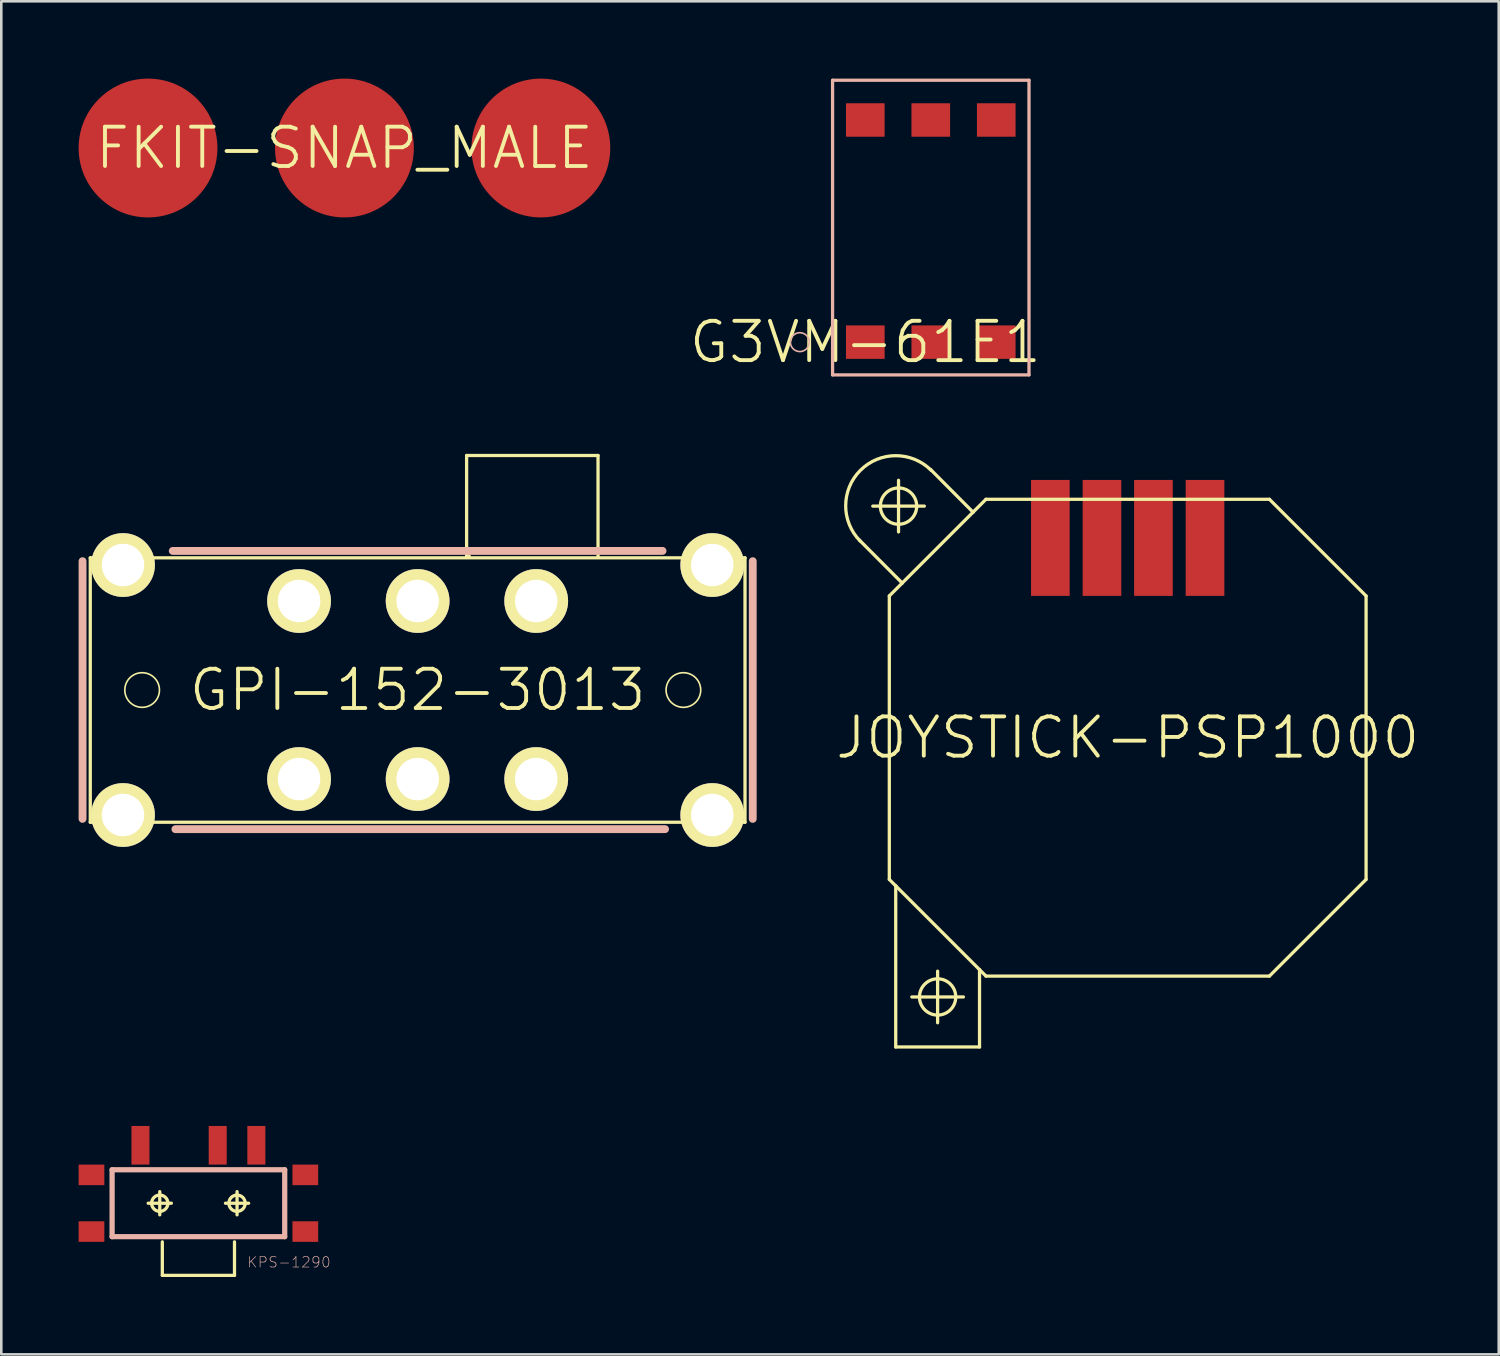
<source format=kicad_pcb>
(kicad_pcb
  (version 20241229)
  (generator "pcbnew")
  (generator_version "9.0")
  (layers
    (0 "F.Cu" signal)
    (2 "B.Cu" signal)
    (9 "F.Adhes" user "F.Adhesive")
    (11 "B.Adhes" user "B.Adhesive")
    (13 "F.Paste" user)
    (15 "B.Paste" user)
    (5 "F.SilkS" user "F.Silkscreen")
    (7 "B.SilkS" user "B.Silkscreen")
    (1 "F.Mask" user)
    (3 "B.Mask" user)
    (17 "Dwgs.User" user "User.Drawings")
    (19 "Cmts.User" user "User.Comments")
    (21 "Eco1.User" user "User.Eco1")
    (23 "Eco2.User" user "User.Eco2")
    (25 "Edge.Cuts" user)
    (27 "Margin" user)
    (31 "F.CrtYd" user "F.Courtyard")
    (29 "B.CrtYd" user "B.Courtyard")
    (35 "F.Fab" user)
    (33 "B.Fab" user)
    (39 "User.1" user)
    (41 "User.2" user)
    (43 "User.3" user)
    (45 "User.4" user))
  (footprint "JOYSTICK-PSP1000"
    (layer "F.Cu")
    (at 40.698 25.568)
    (property "Reference" "JOYSTICK-PSP1000" (at 0 0 0) (layer "F.SilkS") (effects (font (size 1.524 1.524) (thickness 0.15))))
    (attr smd)
    (fp_line (start -10.399 -7.656) (end -8.748 -5.999) (stroke (width 0.127) (type solid)) (layer "F.SilkS"))
    (fp_line (start -9.888 -8.984) (end -7.889 -8.984) (stroke (width 0.127) (type solid)) (layer "F.SilkS"))
    (fp_line (start -9.248 5.499) (end -9.248 -5.499) (stroke (width 0.127) (type solid)) (layer "F.SilkS"))
    (fp_line (start -9.248 5.499) (end -8.999 5.748) (stroke (width 0.127) (type solid)) (layer "F.SilkS"))
    (fp_line (start -8.999 5.748) (end -8.999 11.999) (stroke (width 0.127) (type solid)) (layer "F.SilkS"))
    (fp_line (start -8.999 5.748) (end -5.748 8.999) (stroke (width 0.127) (type solid)) (layer "F.SilkS"))
    (fp_line (start -8.999 11.999) (end -5.748 11.999) (stroke (width 0.127) (type solid)) (layer "F.SilkS"))
    (fp_line (start -8.89 -7.983) (end -8.89 -9.985) (stroke (width 0.127) (type solid)) (layer "F.SilkS"))
    (fp_line (start -8.748 -5.999) (end -9.248 -5.499) (stroke (width 0.127) (type solid)) (layer "F.SilkS"))
    (fp_line (start -8.374 10.058) (end -6.373 10.058) (stroke (width 0.127) (type solid)) (layer "F.SilkS"))
    (fp_line (start -7.648 -10.406) (end -5.999 -8.748) (stroke (width 0.127) (type solid)) (layer "F.SilkS"))
    (fp_line (start -7.374 11.059) (end -7.374 9.058) (stroke (width 0.127) (type solid)) (layer "F.SilkS"))
    (fp_line (start -5.999 -8.748) (end -8.748 -5.999) (stroke (width 0.127) (type solid)) (layer "F.SilkS"))
    (fp_line (start -5.748 8.999) (end -5.499 9.248) (stroke (width 0.127) (type solid)) (layer "F.SilkS"))
    (fp_line (start -5.748 11.999) (end -5.748 8.999) (stroke (width 0.127) (type solid)) (layer "F.SilkS"))
    (fp_line (start -5.499 -9.248) (end -5.999 -8.748) (stroke (width 0.127) (type solid)) (layer "F.SilkS"))
    (fp_line (start -5.499 -9.248) (end 5.499 -9.248) (stroke (width 0.127) (type solid)) (layer "F.SilkS"))
    (fp_line (start -5.499 9.248) (end 5.499 9.248) (stroke (width 0.127) (type solid)) (layer "F.SilkS"))
    (fp_line (start 5.499 -9.248) (end 9.248 -5.499) (stroke (width 0.127) (type solid)) (layer "F.SilkS"))
    (fp_line (start 9.248 5.499) (end 5.499 9.248) (stroke (width 0.127) (type solid)) (layer "F.SilkS"))
    (fp_line (start 9.248 5.499) (end 9.248 -5.499) (stroke (width 0.127) (type solid)) (layer "F.SilkS"))
    (fp_arc (start -10.37844 -7.63016) (mid -10.37844 -10.37844) (end -7.63016 -10.37844) (stroke (width 0.127) (type solid)) (layer "F.SilkS"))
    (fp_circle (center -8.89 -8.984) (end -9.388 -9.482) (stroke (width 0.127) (type solid)) (fill no) (layer "F.SilkS"))
    (fp_circle (center -7.374 10.058) (end -7.871 10.556) (stroke (width 0.127) (type solid)) (fill no) (layer "F.SilkS"))
    (pad "GND" smd rect (at -3 -7.75 90) (size 4.498 1.499) (layers "F.Cu" "F.Mask" "F.Paste"))
    (pad "VCC" smd rect (at 0.998 -7.75 90) (size 4.498 1.499) (layers "F.Cu" "F.Mask" "F.Paste"))
    (pad "X" smd rect (at 3 -7.75 90) (size 4.498 1.499) (layers "F.Cu" "F.Mask" "F.Paste"))
    (pad "Y" smd rect (at -0.998 -7.75 90) (size 4.498 1.499) (layers "F.Cu" "F.Mask" "F.Paste")))
  (footprint "GPI-152-3013"
    (layer "F.Cu")
    (at 13.152 23.719)
    (property "Reference" "GPI-152-3013" (at 0 0 0) (layer "F.SilkS") (effects (font (size 1.524 1.524) (thickness 0.15))))
    (attr exclude_from_pos_files exclude_from_bom)
    (fp_line (start -12.7 -5.128) (end -12.7 5.128) (stroke (width 0.127) (type solid)) (layer "F.SilkS"))
    (fp_line (start -12.7 5.128) (end 12.7 5.128) (stroke (width 0.127) (type solid)) (layer "F.SilkS"))
    (fp_line (start 1.9 -9.098) (end 6.998 -9.098) (stroke (width 0.127) (type solid)) (layer "F.SilkS"))
    (fp_line (start 1.9 -5.199) (end 1.9 -9.098) (stroke (width 0.127) (type solid)) (layer "F.SilkS"))
    (fp_line (start 1.999 -5.199) (end 1.9 -5.199) (stroke (width 0.127) (type solid)) (layer "F.SilkS"))
    (fp_line (start 6.998 -9.098) (end 6.998 -5.199) (stroke (width 0.127) (type solid)) (layer "F.SilkS"))
    (fp_line (start 12.7 -5.128) (end -12.7 -5.128) (stroke (width 0.127) (type solid)) (layer "F.SilkS"))
    (fp_line (start 12.7 5.128) (end 12.7 -5.128) (stroke (width 0.127) (type solid)) (layer "F.SilkS"))
    (fp_circle (center -10.688 0) (end -11.163 0.475) (stroke (width 0.064) (type solid)) (fill no) (layer "F.SilkS"))
    (fp_circle (center 10.31 0) (end 10.785 0.475) (stroke (width 0.064) (type solid)) (fill no) (layer "F.SilkS"))
    (fp_line (start -13 -4.999) (end -13 4.999) (stroke (width 0.305) (type solid)) (layer "B.SilkS"))
    (fp_line (start -9.5 -5.397) (end 9.5 -5.397) (stroke (width 0.305) (type solid)) (layer "B.SilkS"))
    (fp_line (start -9.398 5.397) (end 9.599 5.397) (stroke (width 0.305) (type solid)) (layer "B.SilkS"))
    (fp_line (start 13 -4.999) (end 13 4.999) (stroke (width 0.305) (type solid)) (layer "B.SilkS"))
    (pad "10" thru_hole circle (at -4.6 -3.454) (size 2.474 2.474) (drill 1.648) (layers "*.Cu" "F.Mask" "F.SilkS" "F.Paste"))
    (pad "11" thru_hole circle (at -4.6 3.454) (size 2.474 2.474) (drill 1.648) (layers "*.Cu" "F.Mask" "F.SilkS" "F.Paste"))
    (pad "20" thru_hole circle (at 4.6 -3.454) (size 2.474 2.474) (drill 1.648) (layers "*.Cu" "F.Mask" "F.SilkS" "F.Paste"))
    (pad "21" thru_hole circle (at 4.6 3.454) (size 2.474 2.474) (drill 1.648) (layers "*.Cu" "F.Mask" "F.SilkS" "F.Paste"))
    (pad "C@1" thru_hole circle (at 0 -3.454) (size 2.474 2.474) (drill 1.648) (layers "*.Cu" "F.Mask" "F.SilkS" "F.Paste"))
    (pad "C@2" thru_hole circle (at 0 3.454) (size 2.474 2.474) (drill 1.648) (layers "*.Cu" "F.Mask" "F.SilkS" "F.Paste"))
    (pad "P$7" thru_hole circle (at 11.43 -4.849) (size 2.474 2.474) (drill 1.648) (layers "*.Cu" "F.Mask" "F.SilkS" "F.Paste"))
    (pad "P$8" thru_hole circle (at -11.43 -4.849) (size 2.474 2.474) (drill 1.648) (layers "*.Cu" "F.Mask" "F.SilkS" "F.Paste"))
    (pad "P$9" thru_hole circle (at -11.43 4.849) (size 2.474 2.474) (drill 1.648) (layers "*.Cu" "F.Mask" "F.SilkS" "F.Paste"))
    (pad "P$10" thru_hole circle (at 11.43 4.849) (size 2.474 2.474) (drill 1.648) (layers "*.Cu" "F.Mask" "F.SilkS" "F.Paste")))
  (footprint "KPS-1290"
    (layer "F.Cu")
    (at 4.647 43.628)
    (property "Reference" "KPS-1290" (at 3.515 2.289 0) (layer "B.SilkS") (effects (font (size 0.406 0.406) (thickness 0.025))))
    (attr smd)
    (fp_line (start -1.948 0) (end -1.049 0) (stroke (width 0.127) (type solid)) (layer "F.SilkS"))
    (fp_line (start -1.499 0.45) (end -1.499 -0.45) (stroke (width 0.127) (type solid)) (layer "F.SilkS"))
    (fp_line (start -1.4 2.799) (end -1.4 1.499) (stroke (width 0.127) (type solid)) (layer "F.SilkS"))
    (fp_line (start 1.049 0) (end 1.948 0) (stroke (width 0.127) (type solid)) (layer "F.SilkS"))
    (fp_line (start 1.4 1.499) (end 1.4 2.799) (stroke (width 0.127) (type solid)) (layer "F.SilkS"))
    (fp_line (start 1.4 2.799) (end -1.4 2.799) (stroke (width 0.127) (type solid)) (layer "F.SilkS"))
    (fp_line (start 1.499 0.45) (end 1.499 -0.45) (stroke (width 0.127) (type solid)) (layer "F.SilkS"))
    (fp_circle (center -1.499 0) (end -1.722 0.224) (stroke (width 0.127) (type solid)) (fill no) (layer "F.SilkS"))
    (fp_circle (center 1.499 0) (end 1.722 0.224) (stroke (width 0.127) (type solid)) (fill no) (layer "F.SilkS"))
    (fp_line (start -3.348 -1.298) (end -3.348 1.298) (stroke (width 0.203) (type solid)) (layer "B.SilkS"))
    (fp_line (start -3.348 1.298) (end 3.348 1.298) (stroke (width 0.203) (type solid)) (layer "B.SilkS"))
    (fp_line (start 3.348 -1.298) (end -3.348 -1.298) (stroke (width 0.203) (type solid)) (layer "B.SilkS"))
    (fp_line (start 3.348 1.298) (end 3.348 -1.298) (stroke (width 0.203) (type solid)) (layer "B.SilkS"))
    (pad "O" smd rect (at -2.248 -2.248) (size 0.699 1.499) (layers "F.Cu" "F.Mask" "F.Paste"))
    (pad "P" smd rect (at 0.749 -2.248) (size 0.699 1.499) (layers "F.Cu" "F.Mask" "F.Paste"))
    (pad "P$1" smd rect (at -4.148 -1.1) (size 0.998 0.798) (layers "F.Cu" "F.Mask" "F.Paste"))
    (pad "P$2" smd rect (at -4.148 1.1) (size 0.998 0.798) (layers "F.Cu" "F.Mask" "F.Paste"))
    (pad "P$3" smd rect (at 4.148 1.1) (size 0.998 0.798) (layers "F.Cu" "F.Mask" "F.Paste"))
    (pad "P$4" smd rect (at 4.148 -1.1) (size 0.998 0.798) (layers "F.Cu" "F.Mask" "F.Paste"))
    (pad "S" smd rect (at 2.248 -2.248) (size 0.699 1.499) (layers "F.Cu" "F.Mask" "F.Paste")))
  (footprint "FKIT-SNAP_MALE"
    (layer "F.Cu")
    (at 10.312 2.692)
    (property "Reference" "FKIT-SNAP_MALE" (at 0 0 0) (layer "F.SilkS") (effects (font (size 1.524 1.524) (thickness 0.15))))
    (attr smd)
    (pad "1" smd circle (at -7.62 0) (size 5.385 5.385) (layers "F.Cu" "F.Mask" "F.Paste"))
    (pad "2" smd circle (at 0 0) (size 5.385 5.385) (layers "F.Cu" "F.Mask" "F.Paste"))
    (pad "3" smd circle (at 7.62 0) (size 5.385 5.385) (layers "F.Cu" "F.Mask" "F.Paste")))
  (footprint "G3VM-61E1"
    (layer "F.Cu")
    (at 30.519 10.223)
    (property "Reference" "G3VM-61E1" (at 0 0 0) (layer "F.SilkS") (effects (font (size 1.524 1.524) (thickness 0.15))))
    (attr smd)
    (fp_line (start -1.27 -10.16) (end -1.27 1.27) (stroke (width 0.127) (type solid)) (layer "B.SilkS"))
    (fp_line (start -1.27 1.27) (end 6.35 1.27) (stroke (width 0.127) (type solid)) (layer "B.SilkS"))
    (fp_line (start 6.35 -10.16) (end -1.27 -10.16) (stroke (width 0.127) (type solid)) (layer "B.SilkS"))
    (fp_line (start 6.35 1.27) (end 6.35 -10.16) (stroke (width 0.127) (type solid)) (layer "B.SilkS"))
    (fp_circle (center -2.54 0) (end -2.799 0.259) (stroke (width 0.064) (type solid)) (fill no) (layer "B.SilkS"))
    (pad "P$1" smd rect (at 0 0) (size 1.499 1.298) (layers "F.Cu" "F.Mask" "F.Paste"))
    (pad "P$2" smd rect (at 2.54 0) (size 1.499 1.298) (layers "F.Cu" "F.Mask" "F.Paste"))
    (pad "P$3" smd rect (at 5.08 0) (size 1.499 1.298) (layers "F.Cu" "F.Mask" "F.Paste"))
    (pad "P$4" smd rect (at 5.08 -8.618) (size 1.499 1.298) (layers "F.Cu" "F.Mask" "F.Paste"))
    (pad "P$5" smd rect (at 2.54 -8.618) (size 1.499 1.298) (layers "F.Cu" "F.Mask" "F.Paste"))
    (pad "P$6" smd rect (at 0 -8.618) (size 1.499 1.298) (layers "F.Cu" "F.Mask" "F.Paste")))
  (gr_rect
    (start -3 -3)
    (end 55.092 49.49)
    (stroke (width 0.1) (type default))
    (fill no)
    (layer "Edge.Cuts")))
</source>
